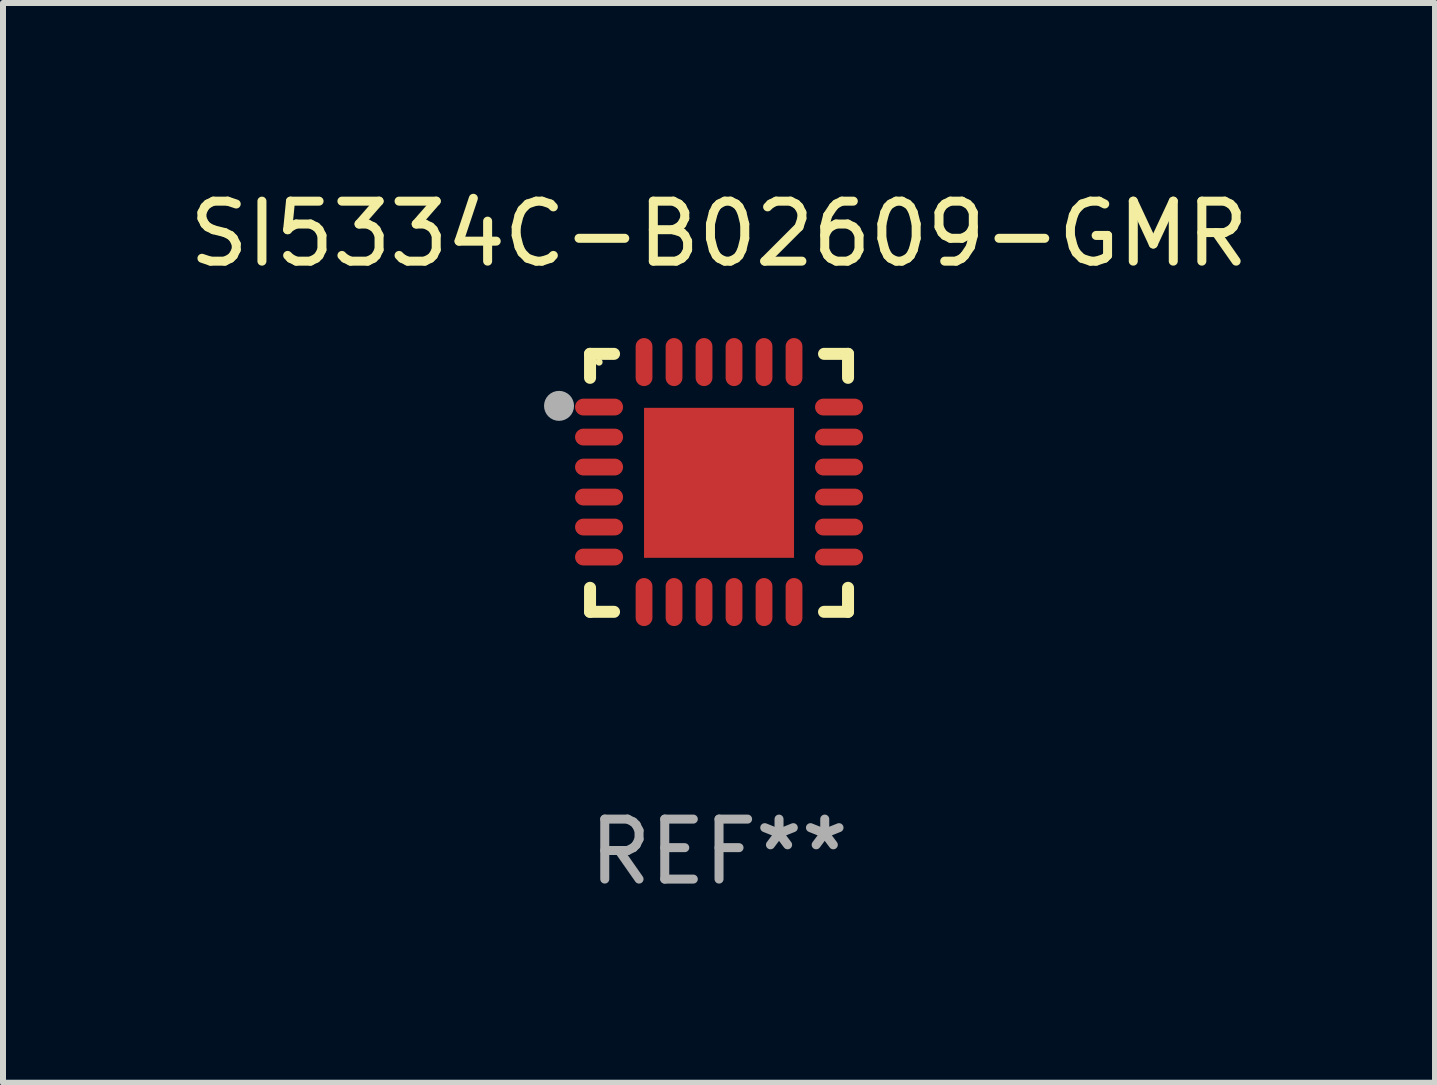
<source format=kicad_pcb>
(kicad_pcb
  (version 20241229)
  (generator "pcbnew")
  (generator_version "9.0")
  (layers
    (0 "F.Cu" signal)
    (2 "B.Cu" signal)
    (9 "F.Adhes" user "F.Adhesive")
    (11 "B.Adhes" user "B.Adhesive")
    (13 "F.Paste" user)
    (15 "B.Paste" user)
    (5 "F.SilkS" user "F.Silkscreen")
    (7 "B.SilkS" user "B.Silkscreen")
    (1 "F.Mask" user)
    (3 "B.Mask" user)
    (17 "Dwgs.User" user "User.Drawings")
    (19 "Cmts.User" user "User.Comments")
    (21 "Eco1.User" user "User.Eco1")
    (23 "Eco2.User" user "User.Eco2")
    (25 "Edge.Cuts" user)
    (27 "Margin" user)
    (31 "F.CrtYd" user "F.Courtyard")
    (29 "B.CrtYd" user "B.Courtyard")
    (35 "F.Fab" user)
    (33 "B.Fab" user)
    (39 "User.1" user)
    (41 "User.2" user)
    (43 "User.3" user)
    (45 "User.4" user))
  (footprint "SI5334C-B02609-GMR"
    (layer "F.Cu")
    (at 8.935 4.998)
    (property "Reference" "SI5334C-B02609-GMR" (at 0 -4.15 0) (layer "F.SilkS") (effects (font (size 1 1) (thickness 0.15))))
    (attr through_hole)
    (fp_line (start -2.15 -2.15) (end -1.75 -2.15) (stroke (width 0.2) (type solid)) (layer "F.SilkS"))
    (fp_line (start -2.15 -1.75) (end -2.15 -2.15) (stroke (width 0.2) (type solid)) (layer "F.SilkS"))
    (fp_line (start -2.15 2.15) (end -2.15 1.75) (stroke (width 0.2) (type solid)) (layer "F.SilkS"))
    (fp_line (start -1.75 2.15) (end -2.15 2.15) (stroke (width 0.2) (type solid)) (layer "F.SilkS"))
    (fp_line (start 1.75 -2.15) (end 2.15 -2.15) (stroke (width 0.2) (type solid)) (layer "F.SilkS"))
    (fp_line (start 1.75 2.15) (end 2.15 2.15) (stroke (width 0.2) (type solid)) (layer "F.SilkS"))
    (fp_line (start 2.15 -2.15) (end 2.15 -1.75) (stroke (width 0.2) (type solid)) (layer "F.SilkS"))
    (fp_line (start 2.15 2.15) (end 2.15 1.75) (stroke (width 0.2) (type solid)) (layer "F.SilkS"))
    (fp_circle (center -2 -2.013) (end -1.97 -2.013) (stroke (width 0.06) (type solid)) (fill no) (layer "F.SilkS"))
    (fp_circle (center -2.667 -1.283) (end -2.542 -1.283) (stroke (width 0.25) (type solid)) (fill no) (layer "F.Fab"))
    (fp_text user "REF**" (at 0 6.15 0) (layer "F.Fab") (effects (font (size 1 1) (thickness 0.15))))
    (pad "1" smd oval (at -2 -1.263) (size 0.8 0.28) (layers "F.Cu" "F.Mask" "F.Paste"))
    (pad "2" smd oval (at -2 -0.763) (size 0.8 0.28) (layers "F.Cu" "F.Mask" "F.Paste"))
    (pad "3" smd oval (at -2 -0.263) (size 0.8 0.28) (layers "F.Cu" "F.Mask" "F.Paste"))
    (pad "4" smd oval (at -2 0.237) (size 0.8 0.28) (layers "F.Cu" "F.Mask" "F.Paste"))
    (pad "5" smd oval (at -2 0.737) (size 0.8 0.28) (layers "F.Cu" "F.Mask" "F.Paste"))
    (pad "6" smd oval (at -2 1.237) (size 0.8 0.28) (layers "F.Cu" "F.Mask" "F.Paste"))
    (pad "7" smd oval (at -1.25 1.987) (size 0.28 0.8) (layers "F.Cu" "F.Mask" "F.Paste"))
    (pad "8" smd oval (at -0.75 1.987) (size 0.28 0.8) (layers "F.Cu" "F.Mask" "F.Paste"))
    (pad "9" smd oval (at -0.25 1.987) (size 0.28 0.8) (layers "F.Cu" "F.Mask" "F.Paste"))
    (pad "10" smd oval (at 0.25 1.987) (size 0.28 0.8) (layers "F.Cu" "F.Mask" "F.Paste"))
    (pad "11" smd oval (at 0.75 1.987) (size 0.28 0.8) (layers "F.Cu" "F.Mask" "F.Paste"))
    (pad "12" smd oval (at 1.25 1.987) (size 0.28 0.8) (layers "F.Cu" "F.Mask" "F.Paste"))
    (pad "13" smd oval (at 2 1.237) (size 0.8 0.28) (layers "F.Cu" "F.Mask" "F.Paste"))
    (pad "14" smd oval (at 2 0.737) (size 0.8 0.28) (layers "F.Cu" "F.Mask" "F.Paste"))
    (pad "15" smd oval (at 2 0.237) (size 0.8 0.28) (layers "F.Cu" "F.Mask" "F.Paste"))
    (pad "16" smd oval (at 2 -0.263) (size 0.8 0.28) (layers "F.Cu" "F.Mask" "F.Paste"))
    (pad "17" smd oval (at 2 -0.763) (size 0.8 0.28) (layers "F.Cu" "F.Mask" "F.Paste"))
    (pad "18" smd oval (at 2 -1.263) (size 0.8 0.28) (layers "F.Cu" "F.Mask" "F.Paste"))
    (pad "19" smd oval (at 1.25 -2.013) (size 0.28 0.8) (layers "F.Cu" "F.Mask" "F.Paste"))
    (pad "20" smd oval (at 0.75 -2.013) (size 0.28 0.8) (layers "F.Cu" "F.Mask" "F.Paste"))
    (pad "21" smd oval (at 0.25 -2.013) (size 0.28 0.8) (layers "F.Cu" "F.Mask" "F.Paste"))
    (pad "22" smd oval (at -0.25 -2.013) (size 0.28 0.8) (layers "F.Cu" "F.Mask" "F.Paste"))
    (pad "23" smd oval (at -0.75 -2.013) (size 0.28 0.8) (layers "F.Cu" "F.Mask" "F.Paste"))
    (pad "24" smd oval (at -1.25 -2.013) (size 0.28 0.8) (layers "F.Cu" "F.Mask" "F.Paste"))
    (pad "25" smd rect (at -0.000127 -0.00014) (size 2.5 2.5) (layers "F.Cu" "F.Mask" "F.Paste")))
  (gr_rect
    (start -3 -3)
    (end 20.869 14.997)
    (stroke (width 0.1) (type default))
    (fill no)
    (layer "Edge.Cuts")))
</source>
